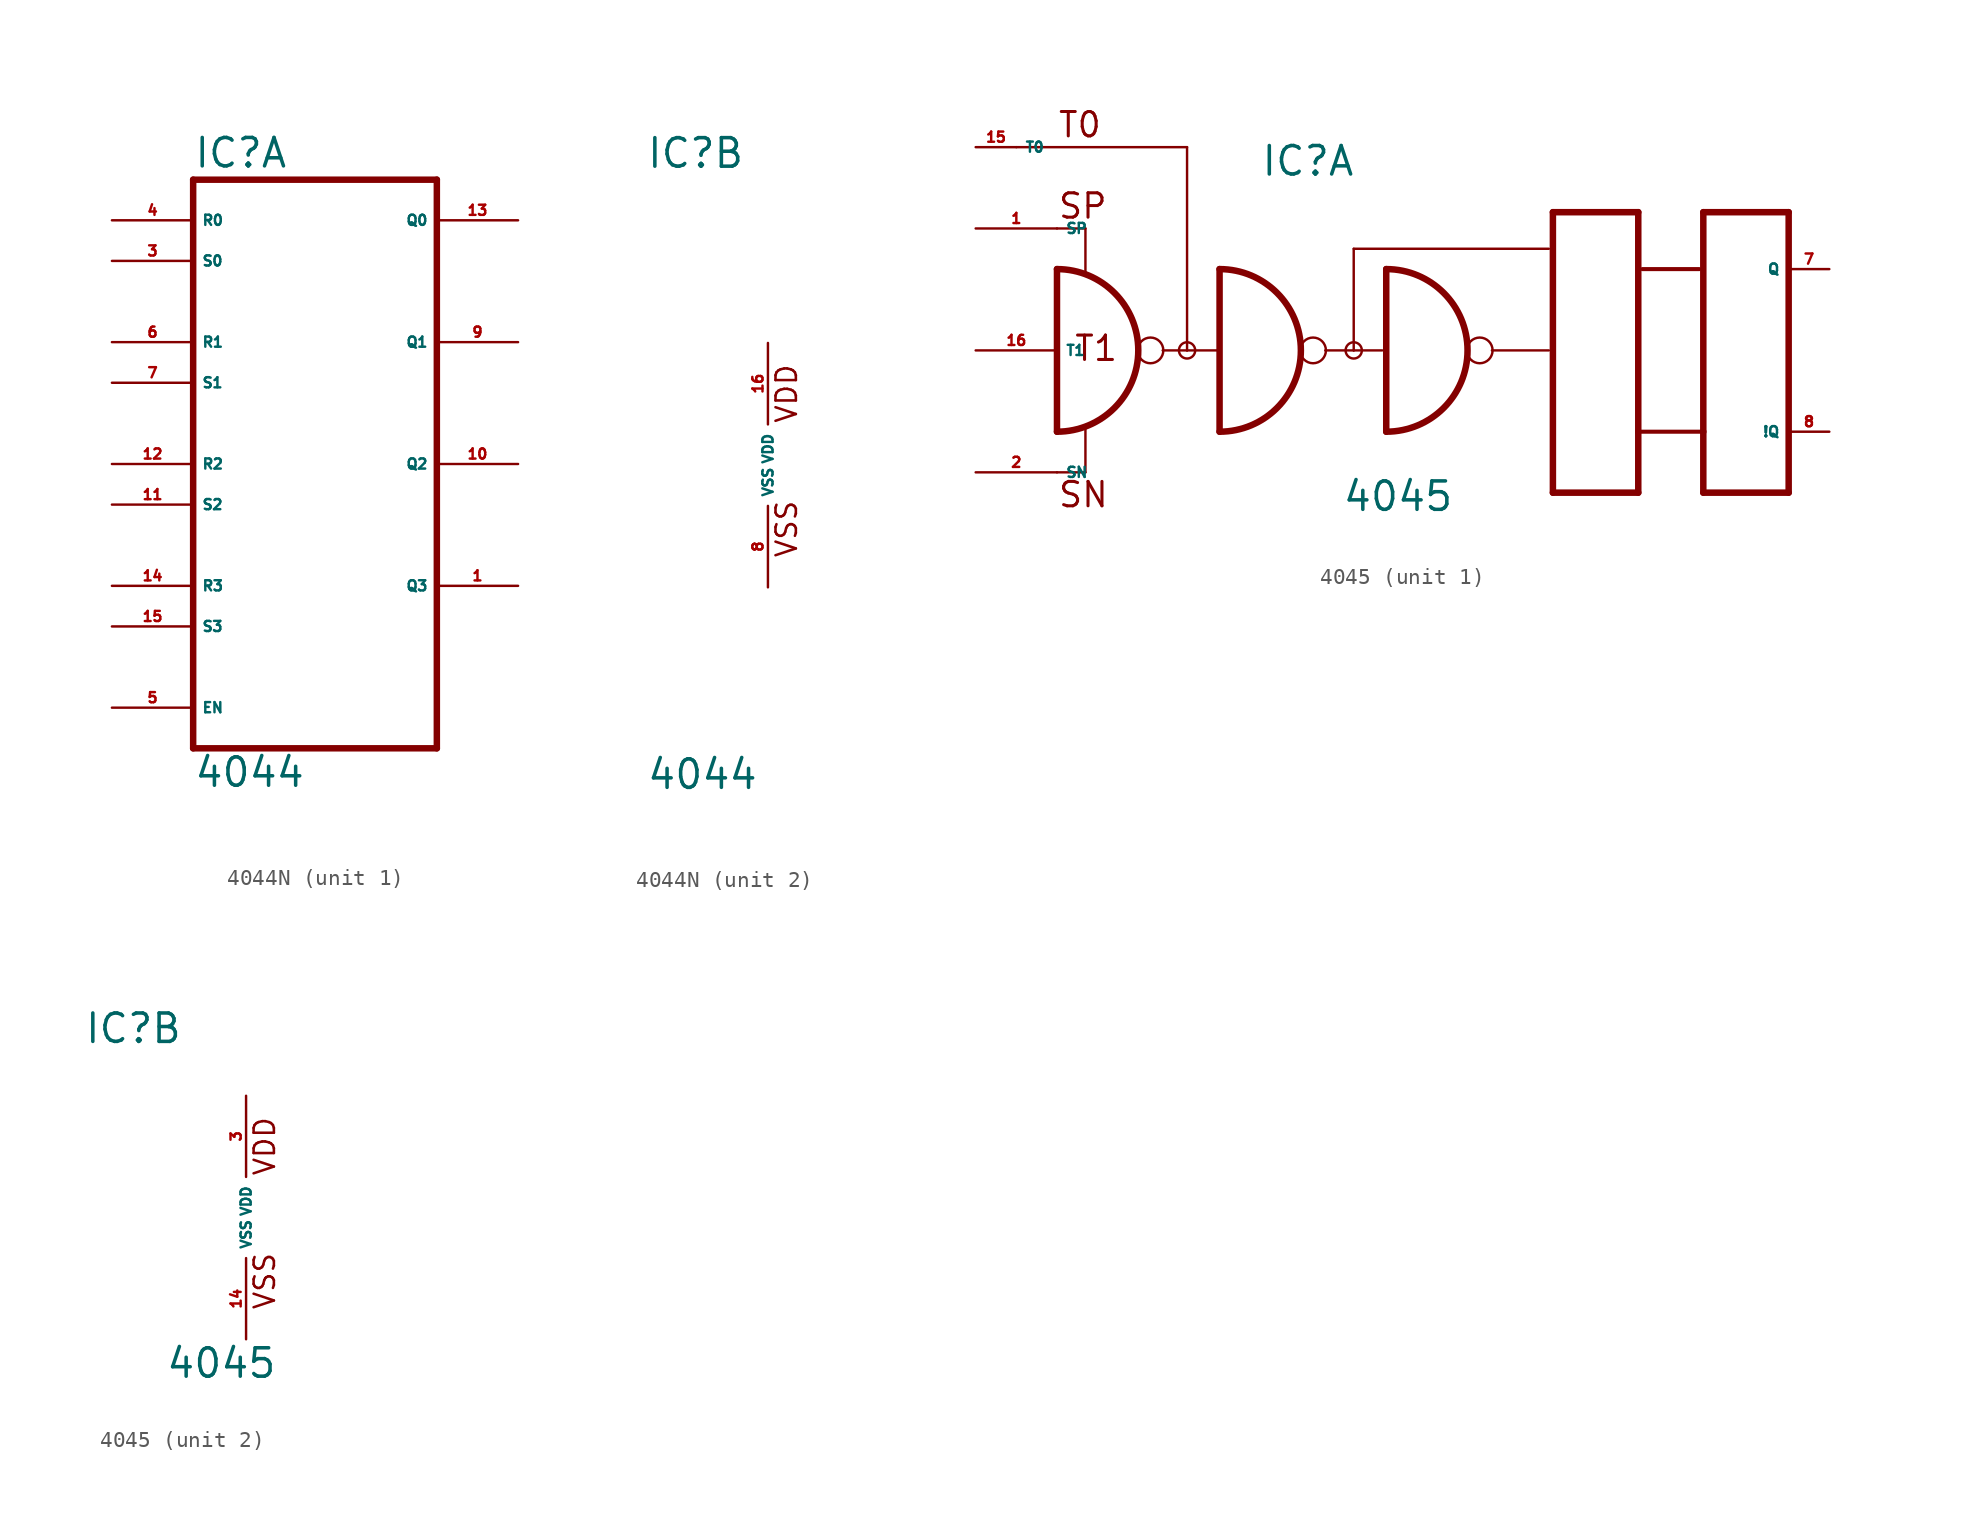
<source format=kicad_sym>
(kicad_symbol_lib
  (version 20220914)
  (generator Eagle2Kicad)
  (symbol "4044N"
    (property "Reference" "IC"
      (at -7.62 18.415 0)
      (effects (font (size 1.778 1.778) (thickness 0.22)) (justify left bottom)))
    (property "Value" "4044"
      (at -7.62 -20.32 0)
      (effects (font (size 1.778 1.778) (thickness 0.22)) (justify left bottom)))
    (symbol "4044N_1_0"
      (polyline (pts (xy -7.62 -17.78) (xy 7.62 -17.78)) (stroke (width 0.406) (type default)) (fill (type none)))
      (polyline (pts (xy 7.62 -17.78) (xy 7.62 17.78)) (stroke (width 0.406) (type default)) (fill (type none)))
      (polyline (pts (xy 7.62 17.78) (xy -7.62 17.78)) (stroke (width 0.406) (type default)) (fill (type none)))
      (polyline (pts (xy -7.62 17.78) (xy -7.62 -17.78)) (stroke (width 0.406) (type default)) (fill (type none)))
      (pin output line (at 12.7 -7.62 180) (length 5.08) (name "Q3" (effects (font (size 0.635 0.635) (thickness 0.08)) (justify left bottom))) (number "1" (effects (font (size 0.635 0.635) (thickness 0.08)) (justify left bottom))))
      (pin input line (at -12.7 12.7 0) (length 5.08) (name "S0" (effects (font (size 0.635 0.635) (thickness 0.08)) (justify left bottom))) (number "3" (effects (font (size 0.635 0.635) (thickness 0.08)) (justify left bottom))))
      (pin input line (at -12.7 15.24 0) (length 5.08) (name "R0" (effects (font (size 0.635 0.635) (thickness 0.08)) (justify left bottom))) (number "4" (effects (font (size 0.635 0.635) (thickness 0.08)) (justify left bottom))))
      (pin input line (at -12.7 -15.24 0) (length 5.08) (name "EN" (effects (font (size 0.635 0.635) (thickness 0.08)) (justify left bottom))) (number "5" (effects (font (size 0.635 0.635) (thickness 0.08)) (justify left bottom))))
      (pin input line (at -12.7 7.62 0) (length 5.08) (name "R1" (effects (font (size 0.635 0.635) (thickness 0.08)) (justify left bottom))) (number "6" (effects (font (size 0.635 0.635) (thickness 0.08)) (justify left bottom))))
      (pin input line (at -12.7 5.08 0) (length 5.08) (name "S1" (effects (font (size 0.635 0.635) (thickness 0.08)) (justify left bottom))) (number "7" (effects (font (size 0.635 0.635) (thickness 0.08)) (justify left bottom))))
      (pin output line (at 12.7 7.62 180) (length 5.08) (name "Q1" (effects (font (size 0.635 0.635) (thickness 0.08)) (justify left bottom))) (number "9" (effects (font (size 0.635 0.635) (thickness 0.08)) (justify left bottom))))
      (pin output line (at 12.7 0 180) (length 5.08) (name "Q2" (effects (font (size 0.635 0.635) (thickness 0.08)) (justify left bottom))) (number "10" (effects (font (size 0.635 0.635) (thickness 0.08)) (justify left bottom))))
      (pin input line (at -12.7 -2.54 0) (length 5.08) (name "S2" (effects (font (size 0.635 0.635) (thickness 0.08)) (justify left bottom))) (number "11" (effects (font (size 0.635 0.635) (thickness 0.08)) (justify left bottom))))
      (pin input line (at -12.7 0 0) (length 5.08) (name "R2" (effects (font (size 0.635 0.635) (thickness 0.08)) (justify left bottom))) (number "12" (effects (font (size 0.635 0.635) (thickness 0.08)) (justify left bottom))))
      (pin output line (at 12.7 15.24 180) (length 5.08) (name "Q0" (effects (font (size 0.635 0.635) (thickness 0.08)) (justify left bottom))) (number "13" (effects (font (size 0.635 0.635) (thickness 0.08)) (justify left bottom))))
      (pin input line (at -12.7 -7.62 0) (length 5.08) (name "R3" (effects (font (size 0.635 0.635) (thickness 0.08)) (justify left bottom))) (number "14" (effects (font (size 0.635 0.635) (thickness 0.08)) (justify left bottom))))
      (pin input line (at -12.7 -10.16 0) (length 5.08) (name "S3" (effects (font (size 0.635 0.635) (thickness 0.08)) (justify left bottom))) (number "15" (effects (font (size 0.635 0.635) (thickness 0.08)) (justify left bottom)))))
    (symbol "4044N_2_0"
      (text "VDD" (at 1.905 2.54 900) (effects (font (size 1.27 1.27) (thickness 0.16)) (justify left bottom)))
      (text "VSS" (at 1.905 -5.842 900) (effects (font (size 1.27 1.27) (thickness 0.16)) (justify left bottom)))
      (pin unspecified line (at 0 -7.62 90) (length 5.08) (name "VSS" (effects (font (size 0.635 0.635) (thickness 0.08)) (justify left bottom))) (number "8" (effects (font (size 0.635 0.635) (thickness 0.08)) (justify left bottom))))
      (pin unspecified line (at 0 7.62 270) (length 5.08) (name "VDD" (effects (font (size 0.635 0.635) (thickness 0.08)) (justify left bottom))) (number "16" (effects (font (size 0.635 0.635) (thickness 0.08)) (justify left bottom))))))
  (symbol "4045"
    (property "Reference" "IC"
      (at -10.16 10.795 0)
      (effects (font (size 1.778 1.778) (thickness 0.22)) (justify left bottom)))
    (property "Value" "4045"
      (at -5.08 -10.16 0)
      (effects (font (size 1.778 1.778) (thickness 0.22)) (justify left bottom)))
    (symbol "4045_1_0"
      (arc (start -22.86 -5.08) (mid -17.780 0.000) (end -22.86 5.08) (stroke (width 0.4064) (type default)) (fill (type none)))
      (polyline (pts (xy -22.86 5.08) (xy -22.86 -5.08)) (stroke (width 0.406) (type default)) (fill (type none)))
      (polyline (pts (xy -16.256 0) (xy -14.732 0)) (stroke (width 0.152) (type default)) (fill (type none)))
      (polyline (pts (xy -14.732 0) (xy -12.7 0)) (stroke (width 0.152) (type default)) (fill (type none)))
      (arc (start -12.7 -5.08) (mid -7.620 0.000) (end -12.7 5.08) (stroke (width 0.4064) (type default)) (fill (type none)))
      (polyline (pts (xy -12.7 5.08) (xy -12.7 -5.08)) (stroke (width 0.406) (type default)) (fill (type none)))
      (polyline (pts (xy -6.096 0) (xy -4.318 0)) (stroke (width 0.152) (type default)) (fill (type none)))
      (polyline (pts (xy -4.318 0) (xy -2.54 0)) (stroke (width 0.152) (type default)) (fill (type none)))
      (arc (start -2.286 -5.08) (mid 2.794 0.000) (end -2.286 5.08) (stroke (width 0.4064) (type default)) (fill (type none)))
      (polyline (pts (xy -2.286 5.08) (xy -2.286 -5.08)) (stroke (width 0.406) (type default)) (fill (type none)))
      (polyline (pts (xy 4.318 0) (xy 7.874 0)) (stroke (width 0.152) (type default)) (fill (type none)))
      (polyline (pts (xy -22.86 7.62) (xy -21.082 7.62)) (stroke (width 0.152) (type default)) (fill (type none)))
      (polyline (pts (xy -21.082 7.62) (xy -21.082 4.826)) (stroke (width 0.152) (type default)) (fill (type none)))
      (polyline (pts (xy -22.86 -7.62) (xy -21.082 -7.62)) (stroke (width 0.152) (type default)) (fill (type none)))
      (polyline (pts (xy -21.082 -7.62) (xy -21.082 -4.826)) (stroke (width 0.152) (type default)) (fill (type none)))
      (polyline (pts (xy -25.4 12.7) (xy -14.732 12.7)) (stroke (width 0.152) (type default)) (fill (type none)))
      (polyline (pts (xy -14.732 12.7) (xy -14.732 0)) (stroke (width 0.152) (type default)) (fill (type none)))
      (polyline (pts (xy 22.86 8.636) (xy 17.526 8.636)) (stroke (width 0.406) (type default)) (fill (type none)))
      (polyline (pts (xy 17.526 8.636) (xy 17.526 -5.08)) (stroke (width 0.406) (type default)) (fill (type none)))
      (polyline (pts (xy 17.526 -5.08) (xy 17.526 -8.89)) (stroke (width 0.406) (type default)) (fill (type none)))
      (polyline (pts (xy 17.526 -8.89) (xy 22.86 -8.89)) (stroke (width 0.406) (type default)) (fill (type none)))
      (polyline (pts (xy 22.86 -8.89) (xy 22.86 8.636)) (stroke (width 0.406) (type default)) (fill (type none)))
      (polyline (pts (xy 13.462 8.636) (xy 8.128 8.636)) (stroke (width 0.406) (type default)) (fill (type none)))
      (polyline (pts (xy 8.128 8.636) (xy 8.128 -8.89)) (stroke (width 0.406) (type default)) (fill (type none)))
      (polyline (pts (xy 8.128 -8.89) (xy 13.462 -8.89)) (stroke (width 0.406) (type default)) (fill (type none)))
      (polyline (pts (xy 13.462 -8.89) (xy 13.462 -5.08)) (stroke (width 0.406) (type default)) (fill (type none)))
      (polyline (pts (xy 13.462 -5.08) (xy 13.462 8.636)) (stroke (width 0.406) (type default)) (fill (type none)))
      (polyline (pts (xy -4.318 0) (xy -4.318 6.35)) (stroke (width 0.152) (type default)) (fill (type none)))
      (polyline (pts (xy -4.318 6.35) (xy 7.874 6.35)) (stroke (width 0.152) (type default)) (fill (type none)))
      (polyline (pts (xy 13.716 5.08) (xy 17.272 5.08)) (stroke (width 0.254) (type default)) (fill (type none)))
      (polyline (pts (xy 13.462 -5.08) (xy 17.526 -5.08)) (stroke (width 0.254) (type default)) (fill (type none)))
      (text "SP" (at -22.86 8.128 0) (effects (font (size 1.524 1.524) (thickness 0.19)) (justify left bottom)))
      (text "T0" (at -22.86 13.208 0) (effects (font (size 1.524 1.524) (thickness 0.19)) (justify left bottom)))
      (text "SN" (at -22.86 -9.906 0) (effects (font (size 1.524 1.524) (thickness 0.19)) (justify left bottom)))
      (text "T1" (at -21.844 -0.762 0) (effects (font (size 1.524 1.524) (thickness 0.19)) (justify left bottom)))
      (circle (center -17.018 0) (radius 0.803) (stroke (width 0) (type default)) (fill (type none)))
      (circle (center -6.858 0) (radius 0.803) (stroke (width 0) (type default)) (fill (type none)))
      (circle (center 3.556 0) (radius 0.803) (stroke (width 0) (type default)) (fill (type none)))
      (circle (center -14.732 0) (radius 0.508) (stroke (width 0) (type default)) (fill (type none)))
      (circle (center -4.318 0) (radius 0.508) (stroke (width 0) (type default)) (fill (type none)))
      (pin input line (at -27.94 7.62 0) (length 5.08) (name "SP" (effects (font (size 0.635 0.635) (thickness 0.08)) (justify left bottom))) (number "1" (effects (font (size 0.635 0.635) (thickness 0.08)) (justify left bottom))))
      (pin input line (at -27.94 -7.62 0) (length 5.08) (name "SN" (effects (font (size 0.635 0.635) (thickness 0.08)) (justify left bottom))) (number "2" (effects (font (size 0.635 0.635) (thickness 0.08)) (justify left bottom))))
      (pin input line (at -27.94 0 0) (length 5.08) (name "T1" (effects (font (size 0.635 0.635) (thickness 0.08)) (justify left bottom))) (number "16" (effects (font (size 0.635 0.635) (thickness 0.08)) (justify left bottom))))
      (pin input line (at -27.94 12.7 0) (length 2.54) (name "T0" (effects (font (size 0.635 0.635) (thickness 0.08)) (justify left bottom))) (number "15" (effects (font (size 0.635 0.635) (thickness 0.08)) (justify left bottom))))
      (pin input line (at 25.4 5.08 180) (length 2.54) (name "Q" (effects (font (size 0.635 0.635) (thickness 0.08)) (justify left bottom))) (number "7" (effects (font (size 0.635 0.635) (thickness 0.08)) (justify left bottom))))
      (pin input line (at 25.4 -5.08 180) (length 2.54) (name "!Q" (effects (font (size 0.635 0.635) (thickness 0.08)) (justify left bottom))) (number "8" (effects (font (size 0.635 0.635) (thickness 0.08)) (justify left bottom)))))
    (symbol "4045_2_0"
      (text "VDD" (at 1.905 2.54 900) (effects (font (size 1.27 1.27) (thickness 0.16)) (justify left bottom)))
      (text "VSS" (at 1.905 -5.842 900) (effects (font (size 1.27 1.27) (thickness 0.16)) (justify left bottom)))
      (pin unspecified line (at 0 -7.62 90) (length 5.08) (name "VSS" (effects (font (size 0.635 0.635) (thickness 0.08)) (justify left bottom))) (number "14" (effects (font (size 0.635 0.635) (thickness 0.08)) (justify left bottom))))
      (pin unspecified line (at 0 7.62 270) (length 5.08) (name "VDD" (effects (font (size 0.635 0.635) (thickness 0.08)) (justify left bottom))) (number "3" (effects (font (size 0.635 0.635) (thickness 0.08)) (justify left bottom)))))))
</source>
